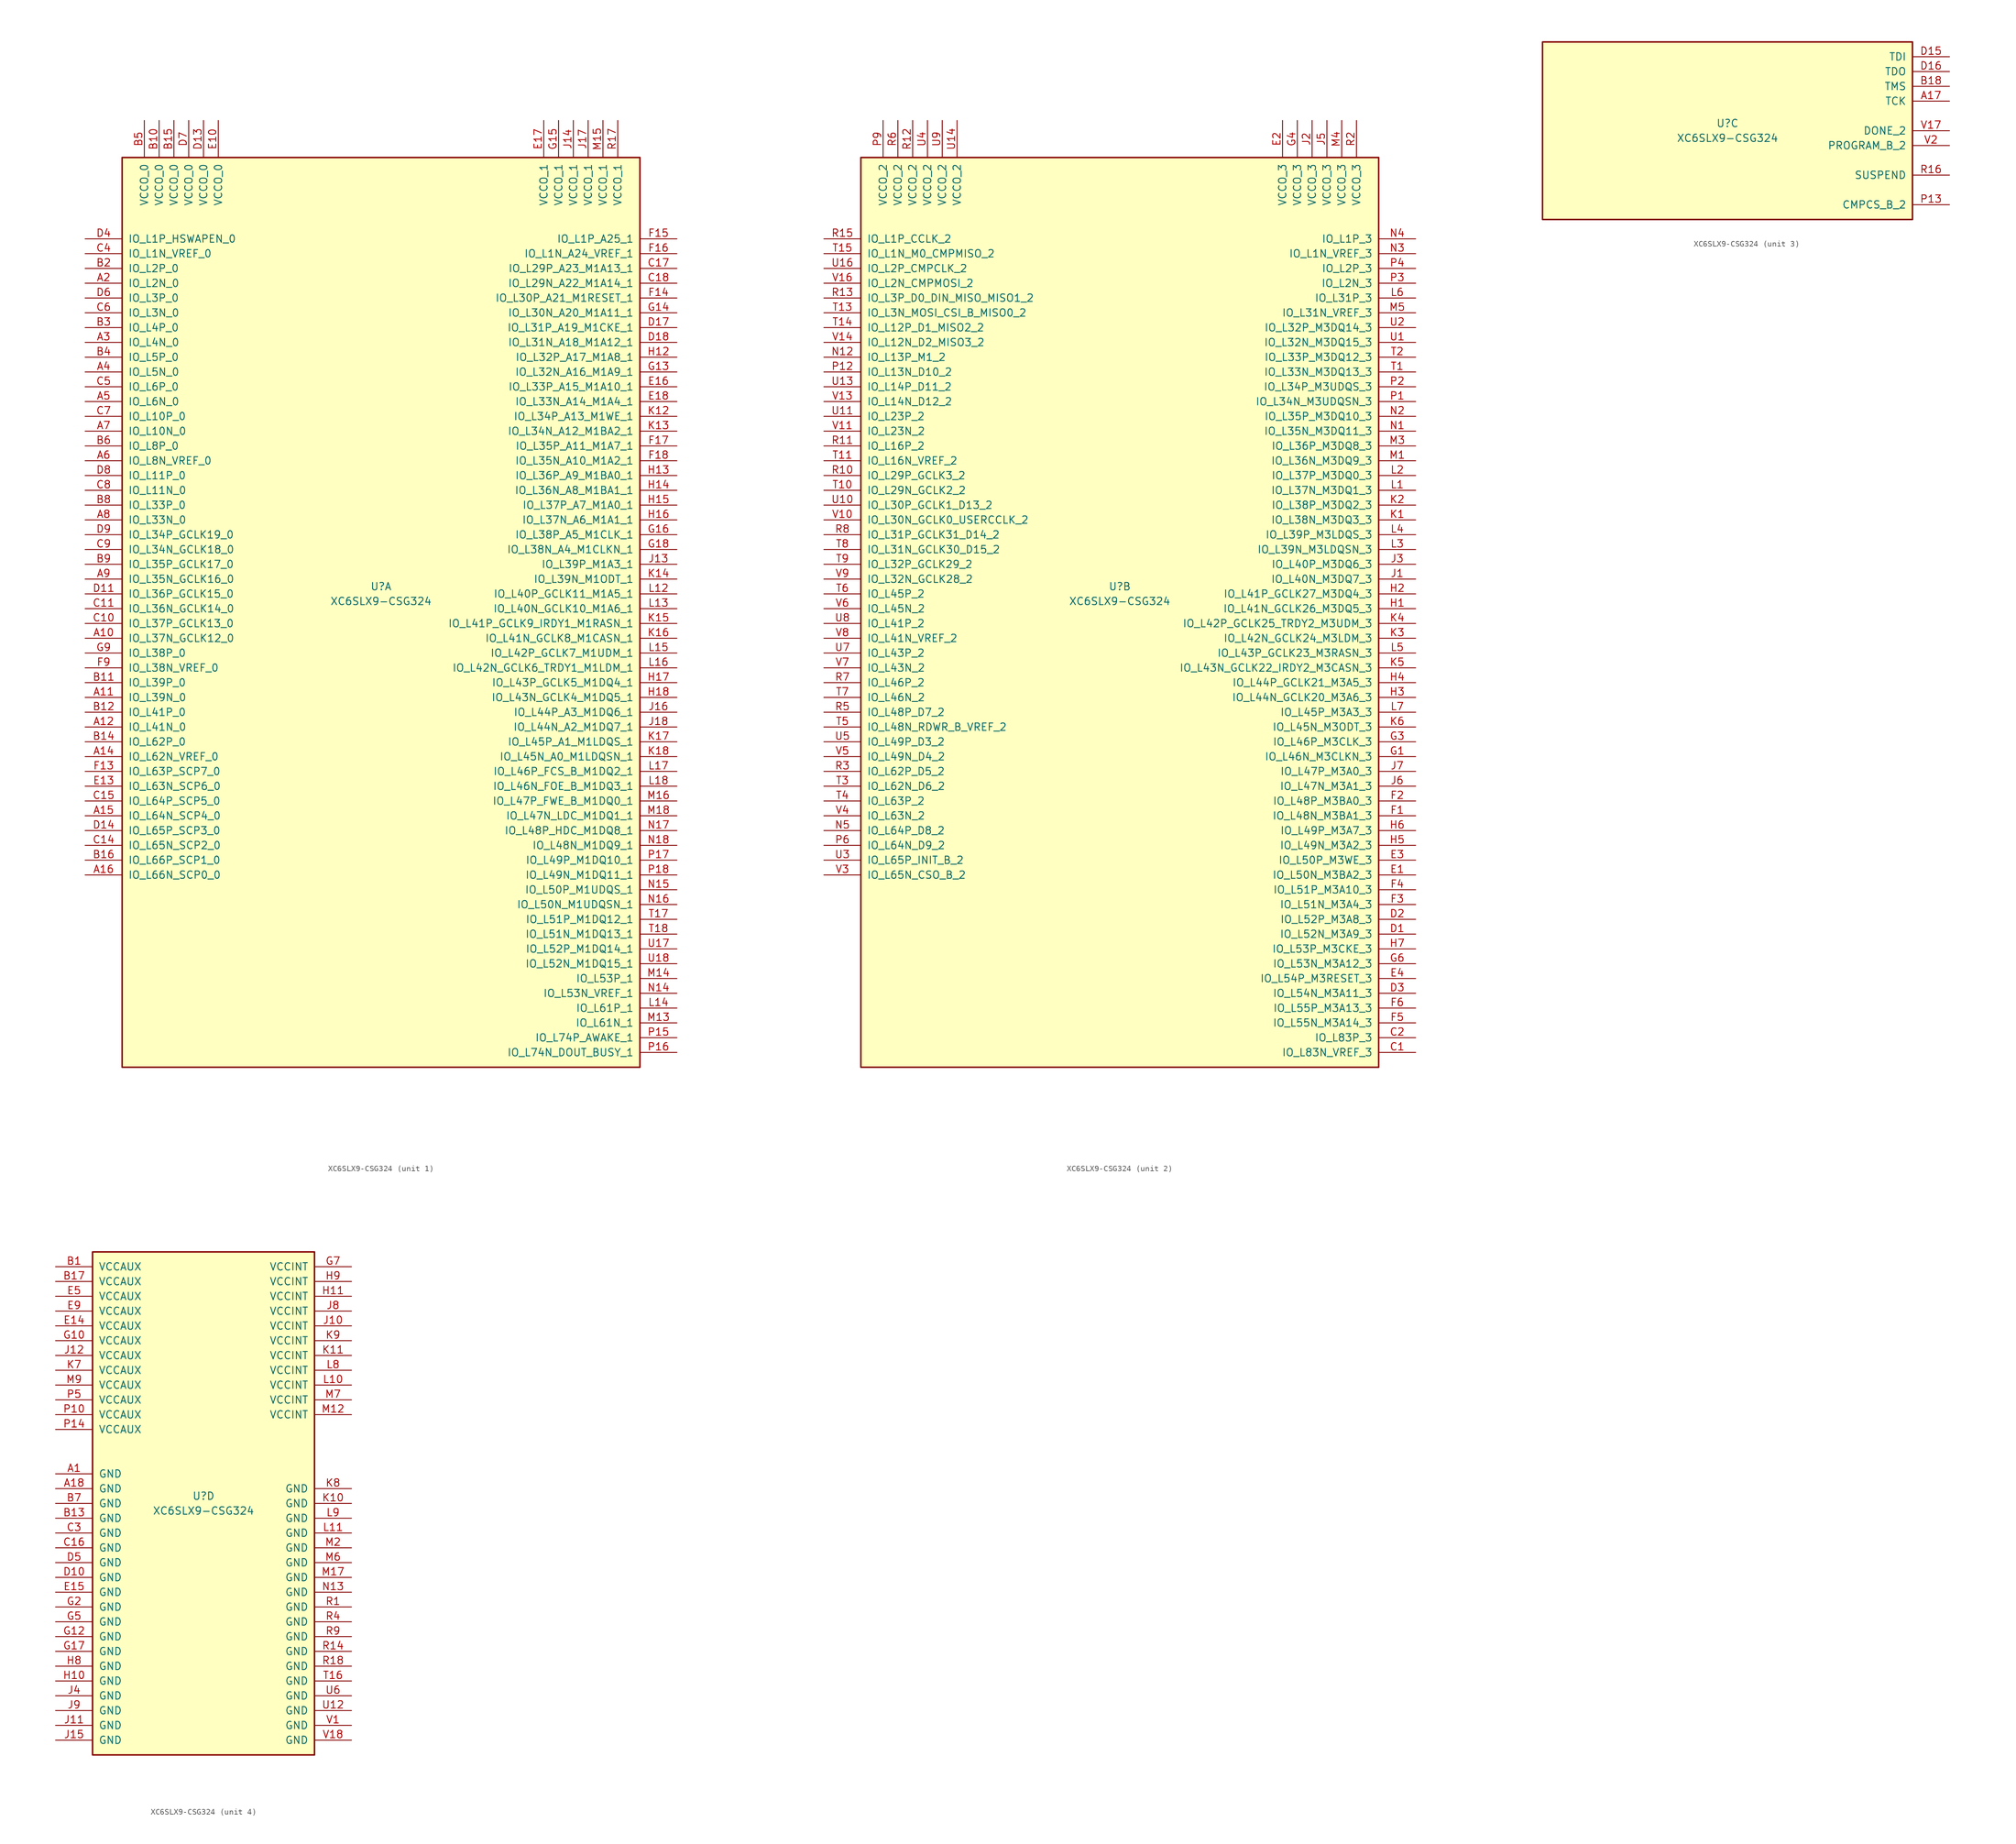
<source format=kicad_sym>
(kicad_symbol_lib
  (version 20201005)
  (generator kicad_symbol_editor)
  (symbol "XC6SLX9-CSG324"
    (pin_names
      (offset 1.016))
    (property "Reference" "U"
      (at 0 1.27 0)
      (effects (font (size 1.27 1.27))))
    (property "Value" "XC6SLX9-CSG324"
      (at 0 -1.27 0)
      (effects (font (size 1.27 1.27))))
    (property "Datasheet" ""
      (at 0 0 0)
      (effects (font (size 1.27 1.27))))
    (property "ki_locked" ""
      (at 0 0 0)
      (effects (font (size 1.27 1.27))))
    (symbol "XC6SLX9-CSG324_1_1"
      (rectangle (start -44.45 74.93) (end 44.45 -81.28) (stroke (width 0.254)) (fill (type background)))
      (pin power_in line (at -40.64 81.28 270) (length 6.35) (name "VCCO_0" (effects (font (size 1.27 1.27)))) (number "B5" (effects (font (size 1.27 1.27)))))
      (pin power_in line (at -38.1 81.28 270) (length 6.35) (name "VCCO_0" (effects (font (size 1.27 1.27)))) (number "B10" (effects (font (size 1.27 1.27)))))
      (pin power_in line (at -35.56 81.28 270) (length 6.35) (name "VCCO_0" (effects (font (size 1.27 1.27)))) (number "B15" (effects (font (size 1.27 1.27)))))
      (pin power_in line (at -33.02 81.28 270) (length 6.35) (name "VCCO_0" (effects (font (size 1.27 1.27)))) (number "D7" (effects (font (size 1.27 1.27)))))
      (pin power_in line (at -30.48 81.28 270) (length 6.35) (name "VCCO_0" (effects (font (size 1.27 1.27)))) (number "D13" (effects (font (size 1.27 1.27)))))
      (pin power_in line (at -27.94 81.28 270) (length 6.35) (name "VCCO_0" (effects (font (size 1.27 1.27)))) (number "E10" (effects (font (size 1.27 1.27)))))
      (pin bidirectional line (at -50.8 60.96 0) (length 6.35) (name "IO_L1P_HSWAPEN_0" (effects (font (size 1.27 1.27)))) (number "D4" (effects (font (size 1.27 1.27)))))
      (pin bidirectional line (at -50.8 58.42 0) (length 6.35) (name "IO_L1N_VREF_0" (effects (font (size 1.27 1.27)))) (number "C4" (effects (font (size 1.27 1.27)))))
      (pin bidirectional line (at -50.8 55.88 0) (length 6.35) (name "IO_L2P_0" (effects (font (size 1.27 1.27)))) (number "B2" (effects (font (size 1.27 1.27)))))
      (pin bidirectional line (at -50.8 53.34 0) (length 6.35) (name "IO_L2N_0" (effects (font (size 1.27 1.27)))) (number "A2" (effects (font (size 1.27 1.27)))))
      (pin bidirectional line (at -50.8 50.8 0) (length 6.35) (name "IO_L3P_0" (effects (font (size 1.27 1.27)))) (number "D6" (effects (font (size 1.27 1.27)))))
      (pin bidirectional line (at -50.8 48.26 0) (length 6.35) (name "IO_L3N_0" (effects (font (size 1.27 1.27)))) (number "C6" (effects (font (size 1.27 1.27)))))
      (pin bidirectional line (at -50.8 45.72 0) (length 6.35) (name "IO_L4P_0" (effects (font (size 1.27 1.27)))) (number "B3" (effects (font (size 1.27 1.27)))))
      (pin bidirectional line (at -50.8 43.18 0) (length 6.35) (name "IO_L4N_0" (effects (font (size 1.27 1.27)))) (number "A3" (effects (font (size 1.27 1.27)))))
      (pin bidirectional line (at -50.8 40.64 0) (length 6.35) (name "IO_L5P_0" (effects (font (size 1.27 1.27)))) (number "B4" (effects (font (size 1.27 1.27)))))
      (pin bidirectional line (at -50.8 38.1 0) (length 6.35) (name "IO_L5N_0" (effects (font (size 1.27 1.27)))) (number "A4" (effects (font (size 1.27 1.27)))))
      (pin bidirectional line (at -50.8 35.56 0) (length 6.35) (name "IO_L6P_0" (effects (font (size 1.27 1.27)))) (number "C5" (effects (font (size 1.27 1.27)))))
      (pin bidirectional line (at -50.8 33.02 0) (length 6.35) (name "IO_L6N_0" (effects (font (size 1.27 1.27)))) (number "A5" (effects (font (size 1.27 1.27)))))
      (pin bidirectional line (at -50.8 30.48 0) (length 6.35) (name "IO_L10P_0" (effects (font (size 1.27 1.27)))) (number "C7" (effects (font (size 1.27 1.27)))))
      (pin bidirectional line (at -50.8 27.94 0) (length 6.35) (name "IO_L10N_0" (effects (font (size 1.27 1.27)))) (number "A7" (effects (font (size 1.27 1.27)))))
      (pin bidirectional line (at -50.8 25.4 0) (length 6.35) (name "IO_L8P_0" (effects (font (size 1.27 1.27)))) (number "B6" (effects (font (size 1.27 1.27)))))
      (pin bidirectional line (at -50.8 22.86 0) (length 6.35) (name "IO_L8N_VREF_0" (effects (font (size 1.27 1.27)))) (number "A6" (effects (font (size 1.27 1.27)))))
      (pin bidirectional line (at -50.8 20.32 0) (length 6.35) (name "IO_L11P_0" (effects (font (size 1.27 1.27)))) (number "D8" (effects (font (size 1.27 1.27)))))
      (pin bidirectional line (at -50.8 17.78 0) (length 6.35) (name "IO_L11N_0" (effects (font (size 1.27 1.27)))) (number "C8" (effects (font (size 1.27 1.27)))))
      (pin bidirectional line (at -50.8 15.24 0) (length 6.35) (name "IO_L33P_0" (effects (font (size 1.27 1.27)))) (number "B8" (effects (font (size 1.27 1.27)))))
      (pin bidirectional line (at -50.8 12.7 0) (length 6.35) (name "IO_L33N_0" (effects (font (size 1.27 1.27)))) (number "A8" (effects (font (size 1.27 1.27)))))
      (pin bidirectional line (at -50.8 10.16 0) (length 6.35) (name "IO_L34P_GCLK19_0" (effects (font (size 1.27 1.27)))) (number "D9" (effects (font (size 1.27 1.27)))))
      (pin bidirectional line (at -50.8 7.62 0) (length 6.35) (name "IO_L34N_GCLK18_0" (effects (font (size 1.27 1.27)))) (number "C9" (effects (font (size 1.27 1.27)))))
      (pin bidirectional line (at -50.8 5.08 0) (length 6.35) (name "IO_L35P_GCLK17_0" (effects (font (size 1.27 1.27)))) (number "B9" (effects (font (size 1.27 1.27)))))
      (pin bidirectional line (at -50.8 2.54 0) (length 6.35) (name "IO_L35N_GCLK16_0" (effects (font (size 1.27 1.27)))) (number "A9" (effects (font (size 1.27 1.27)))))
      (pin bidirectional line (at -50.8 0 0) (length 6.35) (name "IO_L36P_GCLK15_0" (effects (font (size 1.27 1.27)))) (number "D11" (effects (font (size 1.27 1.27)))))
      (pin bidirectional line (at -50.8 -2.54 0) (length 6.35) (name "IO_L36N_GCLK14_0" (effects (font (size 1.27 1.27)))) (number "C11" (effects (font (size 1.27 1.27)))))
      (pin bidirectional line (at -50.8 -5.08 0) (length 6.35) (name "IO_L37P_GCLK13_0" (effects (font (size 1.27 1.27)))) (number "C10" (effects (font (size 1.27 1.27)))))
      (pin bidirectional line (at -50.8 -7.62 0) (length 6.35) (name "IO_L37N_GCLK12_0" (effects (font (size 1.27 1.27)))) (number "A10" (effects (font (size 1.27 1.27)))))
      (pin bidirectional line (at -50.8 -10.16 0) (length 6.35) (name "IO_L38P_0" (effects (font (size 1.27 1.27)))) (number "G9" (effects (font (size 1.27 1.27)))))
      (pin bidirectional line (at -50.8 -12.7 0) (length 6.35) (name "IO_L38N_VREF_0" (effects (font (size 1.27 1.27)))) (number "F9" (effects (font (size 1.27 1.27)))))
      (pin bidirectional line (at -50.8 -15.24 0) (length 6.35) (name "IO_L39P_0" (effects (font (size 1.27 1.27)))) (number "B11" (effects (font (size 1.27 1.27)))))
      (pin bidirectional line (at -50.8 -17.78 0) (length 6.35) (name "IO_L39N_0" (effects (font (size 1.27 1.27)))) (number "A11" (effects (font (size 1.27 1.27)))))
      (pin bidirectional line (at -50.8 -20.32 0) (length 6.35) (name "IO_L41P_0" (effects (font (size 1.27 1.27)))) (number "B12" (effects (font (size 1.27 1.27)))))
      (pin bidirectional line (at -50.8 -22.86 0) (length 6.35) (name "IO_L41N_0" (effects (font (size 1.27 1.27)))) (number "A12" (effects (font (size 1.27 1.27)))))
      (pin bidirectional line (at -50.8 -25.4 0) (length 6.35) (name "IO_L62P_0" (effects (font (size 1.27 1.27)))) (number "B14" (effects (font (size 1.27 1.27)))))
      (pin bidirectional line (at -50.8 -27.94 0) (length 6.35) (name "IO_L62N_VREF_0" (effects (font (size 1.27 1.27)))) (number "A14" (effects (font (size 1.27 1.27)))))
      (pin bidirectional line (at -50.8 -30.48 0) (length 6.35) (name "IO_L63P_SCP7_0" (effects (font (size 1.27 1.27)))) (number "F13" (effects (font (size 1.27 1.27)))))
      (pin bidirectional line (at -50.8 -33.02 0) (length 6.35) (name "IO_L63N_SCP6_0" (effects (font (size 1.27 1.27)))) (number "E13" (effects (font (size 1.27 1.27)))))
      (pin bidirectional line (at -50.8 -35.56 0) (length 6.35) (name "IO_L64P_SCP5_0" (effects (font (size 1.27 1.27)))) (number "C15" (effects (font (size 1.27 1.27)))))
      (pin bidirectional line (at -50.8 -38.1 0) (length 6.35) (name "IO_L64N_SCP4_0" (effects (font (size 1.27 1.27)))) (number "A15" (effects (font (size 1.27 1.27)))))
      (pin bidirectional line (at -50.8 -40.64 0) (length 6.35) (name "IO_L65P_SCP3_0" (effects (font (size 1.27 1.27)))) (number "D14" (effects (font (size 1.27 1.27)))))
      (pin bidirectional line (at -50.8 -43.18 0) (length 6.35) (name "IO_L65N_SCP2_0" (effects (font (size 1.27 1.27)))) (number "C14" (effects (font (size 1.27 1.27)))))
      (pin bidirectional line (at -50.8 -45.72 0) (length 6.35) (name "IO_L66P_SCP1_0" (effects (font (size 1.27 1.27)))) (number "B16" (effects (font (size 1.27 1.27)))))
      (pin bidirectional line (at -50.8 -48.26 0) (length 6.35) (name "IO_L66N_SCP0_0" (effects (font (size 1.27 1.27)))) (number "A16" (effects (font (size 1.27 1.27)))))
      (pin power_in line (at 27.94 81.28 270) (length 6.35) (name "VCCO_1" (effects (font (size 1.27 1.27)))) (number "E17" (effects (font (size 1.27 1.27)))))
      (pin power_in line (at 30.48 81.28 270) (length 6.35) (name "VCCO_1" (effects (font (size 1.27 1.27)))) (number "G15" (effects (font (size 1.27 1.27)))))
      (pin power_in line (at 33.02 81.28 270) (length 6.35) (name "VCCO_1" (effects (font (size 1.27 1.27)))) (number "J14" (effects (font (size 1.27 1.27)))))
      (pin power_in line (at 35.56 81.28 270) (length 6.35) (name "VCCO_1" (effects (font (size 1.27 1.27)))) (number "J17" (effects (font (size 1.27 1.27)))))
      (pin power_in line (at 38.1 81.28 270) (length 6.35) (name "VCCO_1" (effects (font (size 1.27 1.27)))) (number "M15" (effects (font (size 1.27 1.27)))))
      (pin power_in line (at 40.64 81.28 270) (length 6.35) (name "VCCO_1" (effects (font (size 1.27 1.27)))) (number "R17" (effects (font (size 1.27 1.27)))))
      (pin bidirectional line (at 50.8 60.96 180) (length 6.35) (name "IO_L1P_A25_1" (effects (font (size 1.27 1.27)))) (number "F15" (effects (font (size 1.27 1.27)))))
      (pin bidirectional line (at 50.8 58.42 180) (length 6.35) (name "IO_L1N_A24_VREF_1" (effects (font (size 1.27 1.27)))) (number "F16" (effects (font (size 1.27 1.27)))))
      (pin bidirectional line (at 50.8 55.88 180) (length 6.35) (name "IO_L29P_A23_M1A13_1" (effects (font (size 1.27 1.27)))) (number "C17" (effects (font (size 1.27 1.27)))))
      (pin bidirectional line (at 50.8 53.34 180) (length 6.35) (name "IO_L29N_A22_M1A14_1" (effects (font (size 1.27 1.27)))) (number "C18" (effects (font (size 1.27 1.27)))))
      (pin bidirectional line (at 50.8 50.8 180) (length 6.35) (name "IO_L30P_A21_M1RESET_1" (effects (font (size 1.27 1.27)))) (number "F14" (effects (font (size 1.27 1.27)))))
      (pin bidirectional line (at 50.8 48.26 180) (length 6.35) (name "IO_L30N_A20_M1A11_1" (effects (font (size 1.27 1.27)))) (number "G14" (effects (font (size 1.27 1.27)))))
      (pin bidirectional line (at 50.8 45.72 180) (length 6.35) (name "IO_L31P_A19_M1CKE_1" (effects (font (size 1.27 1.27)))) (number "D17" (effects (font (size 1.27 1.27)))))
      (pin bidirectional line (at 50.8 43.18 180) (length 6.35) (name "IO_L31N_A18_M1A12_1" (effects (font (size 1.27 1.27)))) (number "D18" (effects (font (size 1.27 1.27)))))
      (pin bidirectional line (at 50.8 40.64 180) (length 6.35) (name "IO_L32P_A17_M1A8_1" (effects (font (size 1.27 1.27)))) (number "H12" (effects (font (size 1.27 1.27)))))
      (pin bidirectional line (at 50.8 38.1 180) (length 6.35) (name "IO_L32N_A16_M1A9_1" (effects (font (size 1.27 1.27)))) (number "G13" (effects (font (size 1.27 1.27)))))
      (pin bidirectional line (at 50.8 35.56 180) (length 6.35) (name "IO_L33P_A15_M1A10_1" (effects (font (size 1.27 1.27)))) (number "E16" (effects (font (size 1.27 1.27)))))
      (pin bidirectional line (at 50.8 33.02 180) (length 6.35) (name "IO_L33N_A14_M1A4_1" (effects (font (size 1.27 1.27)))) (number "E18" (effects (font (size 1.27 1.27)))))
      (pin bidirectional line (at 50.8 30.48 180) (length 6.35) (name "IO_L34P_A13_M1WE_1" (effects (font (size 1.27 1.27)))) (number "K12" (effects (font (size 1.27 1.27)))))
      (pin bidirectional line (at 50.8 27.94 180) (length 6.35) (name "IO_L34N_A12_M1BA2_1" (effects (font (size 1.27 1.27)))) (number "K13" (effects (font (size 1.27 1.27)))))
      (pin bidirectional line (at 50.8 25.4 180) (length 6.35) (name "IO_L35P_A11_M1A7_1" (effects (font (size 1.27 1.27)))) (number "F17" (effects (font (size 1.27 1.27)))))
      (pin bidirectional line (at 50.8 22.86 180) (length 6.35) (name "IO_L35N_A10_M1A2_1" (effects (font (size 1.27 1.27)))) (number "F18" (effects (font (size 1.27 1.27)))))
      (pin bidirectional line (at 50.8 20.32 180) (length 6.35) (name "IO_L36P_A9_M1BA0_1" (effects (font (size 1.27 1.27)))) (number "H13" (effects (font (size 1.27 1.27)))))
      (pin bidirectional line (at 50.8 17.78 180) (length 6.35) (name "IO_L36N_A8_M1BA1_1" (effects (font (size 1.27 1.27)))) (number "H14" (effects (font (size 1.27 1.27)))))
      (pin bidirectional line (at 50.8 15.24 180) (length 6.35) (name "IO_L37P_A7_M1A0_1" (effects (font (size 1.27 1.27)))) (number "H15" (effects (font (size 1.27 1.27)))))
      (pin bidirectional line (at 50.8 12.7 180) (length 6.35) (name "IO_L37N_A6_M1A1_1" (effects (font (size 1.27 1.27)))) (number "H16" (effects (font (size 1.27 1.27)))))
      (pin bidirectional line (at 50.8 10.16 180) (length 6.35) (name "IO_L38P_A5_M1CLK_1" (effects (font (size 1.27 1.27)))) (number "G16" (effects (font (size 1.27 1.27)))))
      (pin bidirectional line (at 50.8 7.62 180) (length 6.35) (name "IO_L38N_A4_M1CLKN_1" (effects (font (size 1.27 1.27)))) (number "G18" (effects (font (size 1.27 1.27)))))
      (pin bidirectional line (at 50.8 5.08 180) (length 6.35) (name "IO_L39P_M1A3_1" (effects (font (size 1.27 1.27)))) (number "J13" (effects (font (size 1.27 1.27)))))
      (pin bidirectional line (at 50.8 2.54 180) (length 6.35) (name "IO_L39N_M1ODT_1" (effects (font (size 1.27 1.27)))) (number "K14" (effects (font (size 1.27 1.27)))))
      (pin bidirectional line (at 50.8 0 180) (length 6.35) (name "IO_L40P_GCLK11_M1A5_1" (effects (font (size 1.27 1.27)))) (number "L12" (effects (font (size 1.27 1.27)))))
      (pin bidirectional line (at 50.8 -2.54 180) (length 6.35) (name "IO_L40N_GCLK10_M1A6_1" (effects (font (size 1.27 1.27)))) (number "L13" (effects (font (size 1.27 1.27)))))
      (pin bidirectional line (at 50.8 -5.08 180) (length 6.35) (name "IO_L41P_GCLK9_IRDY1_M1RASN_1" (effects (font (size 1.27 1.27)))) (number "K15" (effects (font (size 1.27 1.27)))))
      (pin bidirectional line (at 50.8 -7.62 180) (length 6.35) (name "IO_L41N_GCLK8_M1CASN_1" (effects (font (size 1.27 1.27)))) (number "K16" (effects (font (size 1.27 1.27)))))
      (pin bidirectional line (at 50.8 -10.16 180) (length 6.35) (name "IO_L42P_GCLK7_M1UDM_1" (effects (font (size 1.27 1.27)))) (number "L15" (effects (font (size 1.27 1.27)))))
      (pin bidirectional line (at 50.8 -12.7 180) (length 6.35) (name "IO_L42N_GCLK6_TRDY1_M1LDM_1" (effects (font (size 1.27 1.27)))) (number "L16" (effects (font (size 1.27 1.27)))))
      (pin bidirectional line (at 50.8 -15.24 180) (length 6.35) (name "IO_L43P_GCLK5_M1DQ4_1" (effects (font (size 1.27 1.27)))) (number "H17" (effects (font (size 1.27 1.27)))))
      (pin bidirectional line (at 50.8 -17.78 180) (length 6.35) (name "IO_L43N_GCLK4_M1DQ5_1" (effects (font (size 1.27 1.27)))) (number "H18" (effects (font (size 1.27 1.27)))))
      (pin bidirectional line (at 50.8 -20.32 180) (length 6.35) (name "IO_L44P_A3_M1DQ6_1" (effects (font (size 1.27 1.27)))) (number "J16" (effects (font (size 1.27 1.27)))))
      (pin bidirectional line (at 50.8 -22.86 180) (length 6.35) (name "IO_L44N_A2_M1DQ7_1" (effects (font (size 1.27 1.27)))) (number "J18" (effects (font (size 1.27 1.27)))))
      (pin bidirectional line (at 50.8 -25.4 180) (length 6.35) (name "IO_L45P_A1_M1LDQS_1" (effects (font (size 1.27 1.27)))) (number "K17" (effects (font (size 1.27 1.27)))))
      (pin bidirectional line (at 50.8 -27.94 180) (length 6.35) (name "IO_L45N_A0_M1LDQSN_1" (effects (font (size 1.27 1.27)))) (number "K18" (effects (font (size 1.27 1.27)))))
      (pin bidirectional line (at 50.8 -30.48 180) (length 6.35) (name "IO_L46P_FCS_B_M1DQ2_1" (effects (font (size 1.27 1.27)))) (number "L17" (effects (font (size 1.27 1.27)))))
      (pin bidirectional line (at 50.8 -33.02 180) (length 6.35) (name "IO_L46N_FOE_B_M1DQ3_1" (effects (font (size 1.27 1.27)))) (number "L18" (effects (font (size 1.27 1.27)))))
      (pin bidirectional line (at 50.8 -35.56 180) (length 6.35) (name "IO_L47P_FWE_B_M1DQ0_1" (effects (font (size 1.27 1.27)))) (number "M16" (effects (font (size 1.27 1.27)))))
      (pin bidirectional line (at 50.8 -38.1 180) (length 6.35) (name "IO_L47N_LDC_M1DQ1_1" (effects (font (size 1.27 1.27)))) (number "M18" (effects (font (size 1.27 1.27)))))
      (pin bidirectional line (at 50.8 -40.64 180) (length 6.35) (name "IO_L48P_HDC_M1DQ8_1" (effects (font (size 1.27 1.27)))) (number "N17" (effects (font (size 1.27 1.27)))))
      (pin bidirectional line (at 50.8 -43.18 180) (length 6.35) (name "IO_L48N_M1DQ9_1" (effects (font (size 1.27 1.27)))) (number "N18" (effects (font (size 1.27 1.27)))))
      (pin bidirectional line (at 50.8 -45.72 180) (length 6.35) (name "IO_L49P_M1DQ10_1" (effects (font (size 1.27 1.27)))) (number "P17" (effects (font (size 1.27 1.27)))))
      (pin bidirectional line (at 50.8 -48.26 180) (length 6.35) (name "IO_L49N_M1DQ11_1" (effects (font (size 1.27 1.27)))) (number "P18" (effects (font (size 1.27 1.27)))))
      (pin bidirectional line (at 50.8 -50.8 180) (length 6.35) (name "IO_L50P_M1UDQS_1" (effects (font (size 1.27 1.27)))) (number "N15" (effects (font (size 1.27 1.27)))))
      (pin bidirectional line (at 50.8 -53.34 180) (length 6.35) (name "IO_L50N_M1UDQSN_1" (effects (font (size 1.27 1.27)))) (number "N16" (effects (font (size 1.27 1.27)))))
      (pin bidirectional line (at 50.8 -55.88 180) (length 6.35) (name "IO_L51P_M1DQ12_1" (effects (font (size 1.27 1.27)))) (number "T17" (effects (font (size 1.27 1.27)))))
      (pin bidirectional line (at 50.8 -58.42 180) (length 6.35) (name "IO_L51N_M1DQ13_1" (effects (font (size 1.27 1.27)))) (number "T18" (effects (font (size 1.27 1.27)))))
      (pin bidirectional line (at 50.8 -60.96 180) (length 6.35) (name "IO_L52P_M1DQ14_1" (effects (font (size 1.27 1.27)))) (number "U17" (effects (font (size 1.27 1.27)))))
      (pin bidirectional line (at 50.8 -63.5 180) (length 6.35) (name "IO_L52N_M1DQ15_1" (effects (font (size 1.27 1.27)))) (number "U18" (effects (font (size 1.27 1.27)))))
      (pin bidirectional line (at 50.8 -66.04 180) (length 6.35) (name "IO_L53P_1" (effects (font (size 1.27 1.27)))) (number "M14" (effects (font (size 1.27 1.27)))))
      (pin bidirectional line (at 50.8 -68.58 180) (length 6.35) (name "IO_L53N_VREF_1" (effects (font (size 1.27 1.27)))) (number "N14" (effects (font (size 1.27 1.27)))))
      (pin bidirectional line (at 50.8 -71.12 180) (length 6.35) (name "IO_L61P_1" (effects (font (size 1.27 1.27)))) (number "L14" (effects (font (size 1.27 1.27)))))
      (pin bidirectional line (at 50.8 -73.66 180) (length 6.35) (name "IO_L61N_1" (effects (font (size 1.27 1.27)))) (number "M13" (effects (font (size 1.27 1.27)))))
      (pin bidirectional line (at 50.8 -76.2 180) (length 6.35) (name "IO_L74P_AWAKE_1" (effects (font (size 1.27 1.27)))) (number "P15" (effects (font (size 1.27 1.27)))))
      (pin bidirectional line (at 50.8 -78.74 180) (length 6.35) (name "IO_L74N_DOUT_BUSY_1" (effects (font (size 1.27 1.27)))) (number "P16" (effects (font (size 1.27 1.27))))))
    (symbol "XC6SLX9-CSG324_2_1"
      (rectangle (start -44.45 74.93) (end 44.45 -81.28) (stroke (width 0.254)) (fill (type background)))
      (pin power_in line (at -40.64 81.28 270) (length 6.35) (name "VCCO_2" (effects (font (size 1.27 1.27)))) (number "P9" (effects (font (size 1.27 1.27)))))
      (pin power_in line (at -38.1 81.28 270) (length 6.35) (name "VCCO_2" (effects (font (size 1.27 1.27)))) (number "R6" (effects (font (size 1.27 1.27)))))
      (pin power_in line (at -35.56 81.28 270) (length 6.35) (name "VCCO_2" (effects (font (size 1.27 1.27)))) (number "R12" (effects (font (size 1.27 1.27)))))
      (pin power_in line (at -33.02 81.28 270) (length 6.35) (name "VCCO_2" (effects (font (size 1.27 1.27)))) (number "U4" (effects (font (size 1.27 1.27)))))
      (pin power_in line (at -30.48 81.28 270) (length 6.35) (name "VCCO_2" (effects (font (size 1.27 1.27)))) (number "U9" (effects (font (size 1.27 1.27)))))
      (pin power_in line (at -27.94 81.28 270) (length 6.35) (name "VCCO_2" (effects (font (size 1.27 1.27)))) (number "U14" (effects (font (size 1.27 1.27)))))
      (pin bidirectional line (at -50.8 60.96 0) (length 6.35) (name "IO_L1P_CCLK_2" (effects (font (size 1.27 1.27)))) (number "R15" (effects (font (size 1.27 1.27)))))
      (pin bidirectional line (at -50.8 58.42 0) (length 6.35) (name "IO_L1N_M0_CMPMISO_2" (effects (font (size 1.27 1.27)))) (number "T15" (effects (font (size 1.27 1.27)))))
      (pin bidirectional line (at -50.8 55.88 0) (length 6.35) (name "IO_L2P_CMPCLK_2" (effects (font (size 1.27 1.27)))) (number "U16" (effects (font (size 1.27 1.27)))))
      (pin bidirectional line (at -50.8 53.34 0) (length 6.35) (name "IO_L2N_CMPMOSI_2" (effects (font (size 1.27 1.27)))) (number "V16" (effects (font (size 1.27 1.27)))))
      (pin bidirectional line (at -50.8 50.8 0) (length 6.35) (name "IO_L3P_D0_DIN_MISO_MISO1_2" (effects (font (size 1.27 1.27)))) (number "R13" (effects (font (size 1.27 1.27)))))
      (pin bidirectional line (at -50.8 48.26 0) (length 6.35) (name "IO_L3N_MOSI_CSI_B_MISO0_2" (effects (font (size 1.27 1.27)))) (number "T13" (effects (font (size 1.27 1.27)))))
      (pin bidirectional line (at -50.8 45.72 0) (length 6.35) (name "IO_L12P_D1_MISO2_2" (effects (font (size 1.27 1.27)))) (number "T14" (effects (font (size 1.27 1.27)))))
      (pin bidirectional line (at -50.8 43.18 0) (length 6.35) (name "IO_L12N_D2_MISO3_2" (effects (font (size 1.27 1.27)))) (number "V14" (effects (font (size 1.27 1.27)))))
      (pin bidirectional line (at -50.8 40.64 0) (length 6.35) (name "IO_L13P_M1_2" (effects (font (size 1.27 1.27)))) (number "N12" (effects (font (size 1.27 1.27)))))
      (pin bidirectional line (at -50.8 38.1 0) (length 6.35) (name "IO_L13N_D10_2" (effects (font (size 1.27 1.27)))) (number "P12" (effects (font (size 1.27 1.27)))))
      (pin bidirectional line (at -50.8 35.56 0) (length 6.35) (name "IO_L14P_D11_2" (effects (font (size 1.27 1.27)))) (number "U13" (effects (font (size 1.27 1.27)))))
      (pin bidirectional line (at -50.8 33.02 0) (length 6.35) (name "IO_L14N_D12_2" (effects (font (size 1.27 1.27)))) (number "V13" (effects (font (size 1.27 1.27)))))
      (pin bidirectional line (at -50.8 30.48 0) (length 6.35) (name "IO_L23P_2" (effects (font (size 1.27 1.27)))) (number "U11" (effects (font (size 1.27 1.27)))))
      (pin bidirectional line (at -50.8 27.94 0) (length 6.35) (name "IO_L23N_2" (effects (font (size 1.27 1.27)))) (number "V11" (effects (font (size 1.27 1.27)))))
      (pin bidirectional line (at -50.8 25.4 0) (length 6.35) (name "IO_L16P_2" (effects (font (size 1.27 1.27)))) (number "R11" (effects (font (size 1.27 1.27)))))
      (pin bidirectional line (at -50.8 22.86 0) (length 6.35) (name "IO_L16N_VREF_2" (effects (font (size 1.27 1.27)))) (number "T11" (effects (font (size 1.27 1.27)))))
      (pin bidirectional line (at -50.8 20.32 0) (length 6.35) (name "IO_L29P_GCLK3_2" (effects (font (size 1.27 1.27)))) (number "R10" (effects (font (size 1.27 1.27)))))
      (pin bidirectional line (at -50.8 17.78 0) (length 6.35) (name "IO_L29N_GCLK2_2" (effects (font (size 1.27 1.27)))) (number "T10" (effects (font (size 1.27 1.27)))))
      (pin bidirectional line (at -50.8 15.24 0) (length 6.35) (name "IO_L30P_GCLK1_D13_2" (effects (font (size 1.27 1.27)))) (number "U10" (effects (font (size 1.27 1.27)))))
      (pin bidirectional line (at -50.8 12.7 0) (length 6.35) (name "IO_L30N_GCLK0_USERCCLK_2" (effects (font (size 1.27 1.27)))) (number "V10" (effects (font (size 1.27 1.27)))))
      (pin bidirectional line (at -50.8 10.16 0) (length 6.35) (name "IO_L31P_GCLK31_D14_2" (effects (font (size 1.27 1.27)))) (number "R8" (effects (font (size 1.27 1.27)))))
      (pin bidirectional line (at -50.8 7.62 0) (length 6.35) (name "IO_L31N_GCLK30_D15_2" (effects (font (size 1.27 1.27)))) (number "T8" (effects (font (size 1.27 1.27)))))
      (pin bidirectional line (at -50.8 5.08 0) (length 6.35) (name "IO_L32P_GCLK29_2" (effects (font (size 1.27 1.27)))) (number "T9" (effects (font (size 1.27 1.27)))))
      (pin bidirectional line (at -50.8 2.54 0) (length 6.35) (name "IO_L32N_GCLK28_2" (effects (font (size 1.27 1.27)))) (number "V9" (effects (font (size 1.27 1.27)))))
      (pin bidirectional line (at -50.8 0 0) (length 6.35) (name "IO_L45P_2" (effects (font (size 1.27 1.27)))) (number "T6" (effects (font (size 1.27 1.27)))))
      (pin bidirectional line (at -50.8 -2.54 0) (length 6.35) (name "IO_L45N_2" (effects (font (size 1.27 1.27)))) (number "V6" (effects (font (size 1.27 1.27)))))
      (pin bidirectional line (at -50.8 -5.08 0) (length 6.35) (name "IO_L41P_2" (effects (font (size 1.27 1.27)))) (number "U8" (effects (font (size 1.27 1.27)))))
      (pin bidirectional line (at -50.8 -7.62 0) (length 6.35) (name "IO_L41N_VREF_2" (effects (font (size 1.27 1.27)))) (number "V8" (effects (font (size 1.27 1.27)))))
      (pin bidirectional line (at -50.8 -10.16 0) (length 6.35) (name "IO_L43P_2" (effects (font (size 1.27 1.27)))) (number "U7" (effects (font (size 1.27 1.27)))))
      (pin bidirectional line (at -50.8 -12.7 0) (length 6.35) (name "IO_L43N_2" (effects (font (size 1.27 1.27)))) (number "V7" (effects (font (size 1.27 1.27)))))
      (pin bidirectional line (at -50.8 -15.24 0) (length 6.35) (name "IO_L46P_2" (effects (font (size 1.27 1.27)))) (number "R7" (effects (font (size 1.27 1.27)))))
      (pin bidirectional line (at -50.8 -17.78 0) (length 6.35) (name "IO_L46N_2" (effects (font (size 1.27 1.27)))) (number "T7" (effects (font (size 1.27 1.27)))))
      (pin bidirectional line (at -50.8 -20.32 0) (length 6.35) (name "IO_L48P_D7_2" (effects (font (size 1.27 1.27)))) (number "R5" (effects (font (size 1.27 1.27)))))
      (pin bidirectional line (at -50.8 -22.86 0) (length 6.35) (name "IO_L48N_RDWR_B_VREF_2" (effects (font (size 1.27 1.27)))) (number "T5" (effects (font (size 1.27 1.27)))))
      (pin bidirectional line (at -50.8 -25.4 0) (length 6.35) (name "IO_L49P_D3_2" (effects (font (size 1.27 1.27)))) (number "U5" (effects (font (size 1.27 1.27)))))
      (pin bidirectional line (at -50.8 -27.94 0) (length 6.35) (name "IO_L49N_D4_2" (effects (font (size 1.27 1.27)))) (number "V5" (effects (font (size 1.27 1.27)))))
      (pin bidirectional line (at -50.8 -30.48 0) (length 6.35) (name "IO_L62P_D5_2" (effects (font (size 1.27 1.27)))) (number "R3" (effects (font (size 1.27 1.27)))))
      (pin bidirectional line (at -50.8 -33.02 0) (length 6.35) (name "IO_L62N_D6_2" (effects (font (size 1.27 1.27)))) (number "T3" (effects (font (size 1.27 1.27)))))
      (pin bidirectional line (at -50.8 -35.56 0) (length 6.35) (name "IO_L63P_2" (effects (font (size 1.27 1.27)))) (number "T4" (effects (font (size 1.27 1.27)))))
      (pin bidirectional line (at -50.8 -38.1 0) (length 6.35) (name "IO_L63N_2" (effects (font (size 1.27 1.27)))) (number "V4" (effects (font (size 1.27 1.27)))))
      (pin bidirectional line (at -50.8 -40.64 0) (length 6.35) (name "IO_L64P_D8_2" (effects (font (size 1.27 1.27)))) (number "N5" (effects (font (size 1.27 1.27)))))
      (pin bidirectional line (at -50.8 -43.18 0) (length 6.35) (name "IO_L64N_D9_2" (effects (font (size 1.27 1.27)))) (number "P6" (effects (font (size 1.27 1.27)))))
      (pin bidirectional line (at -50.8 -45.72 0) (length 6.35) (name "IO_L65P_INIT_B_2" (effects (font (size 1.27 1.27)))) (number "U3" (effects (font (size 1.27 1.27)))))
      (pin bidirectional line (at -50.8 -48.26 0) (length 6.35) (name "IO_L65N_CSO_B_2" (effects (font (size 1.27 1.27)))) (number "V3" (effects (font (size 1.27 1.27)))))
      (pin power_in line (at 27.94 81.28 270) (length 6.35) (name "VCCO_3" (effects (font (size 1.27 1.27)))) (number "E2" (effects (font (size 1.27 1.27)))))
      (pin power_in line (at 30.48 81.28 270) (length 6.35) (name "VCCO_3" (effects (font (size 1.27 1.27)))) (number "G4" (effects (font (size 1.27 1.27)))))
      (pin power_in line (at 33.02 81.28 270) (length 6.35) (name "VCCO_3" (effects (font (size 1.27 1.27)))) (number "J2" (effects (font (size 1.27 1.27)))))
      (pin power_in line (at 35.56 81.28 270) (length 6.35) (name "VCCO_3" (effects (font (size 1.27 1.27)))) (number "J5" (effects (font (size 1.27 1.27)))))
      (pin power_in line (at 38.1 81.28 270) (length 6.35) (name "VCCO_3" (effects (font (size 1.27 1.27)))) (number "M4" (effects (font (size 1.27 1.27)))))
      (pin power_in line (at 40.64 81.28 270) (length 6.35) (name "VCCO_3" (effects (font (size 1.27 1.27)))) (number "R2" (effects (font (size 1.27 1.27)))))
      (pin bidirectional line (at 50.8 60.96 180) (length 6.35) (name "IO_L1P_3" (effects (font (size 1.27 1.27)))) (number "N4" (effects (font (size 1.27 1.27)))))
      (pin bidirectional line (at 50.8 58.42 180) (length 6.35) (name "IO_L1N_VREF_3" (effects (font (size 1.27 1.27)))) (number "N3" (effects (font (size 1.27 1.27)))))
      (pin bidirectional line (at 50.8 55.88 180) (length 6.35) (name "IO_L2P_3" (effects (font (size 1.27 1.27)))) (number "P4" (effects (font (size 1.27 1.27)))))
      (pin bidirectional line (at 50.8 53.34 180) (length 6.35) (name "IO_L2N_3" (effects (font (size 1.27 1.27)))) (number "P3" (effects (font (size 1.27 1.27)))))
      (pin bidirectional line (at 50.8 50.8 180) (length 6.35) (name "IO_L31P_3" (effects (font (size 1.27 1.27)))) (number "L6" (effects (font (size 1.27 1.27)))))
      (pin bidirectional line (at 50.8 48.26 180) (length 6.35) (name "IO_L31N_VREF_3" (effects (font (size 1.27 1.27)))) (number "M5" (effects (font (size 1.27 1.27)))))
      (pin bidirectional line (at 50.8 45.72 180) (length 6.35) (name "IO_L32P_M3DQ14_3" (effects (font (size 1.27 1.27)))) (number "U2" (effects (font (size 1.27 1.27)))))
      (pin bidirectional line (at 50.8 43.18 180) (length 6.35) (name "IO_L32N_M3DQ15_3" (effects (font (size 1.27 1.27)))) (number "U1" (effects (font (size 1.27 1.27)))))
      (pin bidirectional line (at 50.8 40.64 180) (length 6.35) (name "IO_L33P_M3DQ12_3" (effects (font (size 1.27 1.27)))) (number "T2" (effects (font (size 1.27 1.27)))))
      (pin bidirectional line (at 50.8 38.1 180) (length 6.35) (name "IO_L33N_M3DQ13_3" (effects (font (size 1.27 1.27)))) (number "T1" (effects (font (size 1.27 1.27)))))
      (pin bidirectional line (at 50.8 35.56 180) (length 6.35) (name "IO_L34P_M3UDQS_3" (effects (font (size 1.27 1.27)))) (number "P2" (effects (font (size 1.27 1.27)))))
      (pin bidirectional line (at 50.8 33.02 180) (length 6.35) (name "IO_L34N_M3UDQSN_3" (effects (font (size 1.27 1.27)))) (number "P1" (effects (font (size 1.27 1.27)))))
      (pin bidirectional line (at 50.8 30.48 180) (length 6.35) (name "IO_L35P_M3DQ10_3" (effects (font (size 1.27 1.27)))) (number "N2" (effects (font (size 1.27 1.27)))))
      (pin bidirectional line (at 50.8 27.94 180) (length 6.35) (name "IO_L35N_M3DQ11_3" (effects (font (size 1.27 1.27)))) (number "N1" (effects (font (size 1.27 1.27)))))
      (pin bidirectional line (at 50.8 25.4 180) (length 6.35) (name "IO_L36P_M3DQ8_3" (effects (font (size 1.27 1.27)))) (number "M3" (effects (font (size 1.27 1.27)))))
      (pin bidirectional line (at 50.8 22.86 180) (length 6.35) (name "IO_L36N_M3DQ9_3" (effects (font (size 1.27 1.27)))) (number "M1" (effects (font (size 1.27 1.27)))))
      (pin bidirectional line (at 50.8 20.32 180) (length 6.35) (name "IO_L37P_M3DQ0_3" (effects (font (size 1.27 1.27)))) (number "L2" (effects (font (size 1.27 1.27)))))
      (pin bidirectional line (at 50.8 17.78 180) (length 6.35) (name "IO_L37N_M3DQ1_3" (effects (font (size 1.27 1.27)))) (number "L1" (effects (font (size 1.27 1.27)))))
      (pin bidirectional line (at 50.8 15.24 180) (length 6.35) (name "IO_L38P_M3DQ2_3" (effects (font (size 1.27 1.27)))) (number "K2" (effects (font (size 1.27 1.27)))))
      (pin bidirectional line (at 50.8 12.7 180) (length 6.35) (name "IO_L38N_M3DQ3_3" (effects (font (size 1.27 1.27)))) (number "K1" (effects (font (size 1.27 1.27)))))
      (pin bidirectional line (at 50.8 10.16 180) (length 6.35) (name "IO_L39P_M3LDQS_3" (effects (font (size 1.27 1.27)))) (number "L4" (effects (font (size 1.27 1.27)))))
      (pin bidirectional line (at 50.8 7.62 180) (length 6.35) (name "IO_L39N_M3LDQSN_3" (effects (font (size 1.27 1.27)))) (number "L3" (effects (font (size 1.27 1.27)))))
      (pin bidirectional line (at 50.8 5.08 180) (length 6.35) (name "IO_L40P_M3DQ6_3" (effects (font (size 1.27 1.27)))) (number "J3" (effects (font (size 1.27 1.27)))))
      (pin bidirectional line (at 50.8 2.54 180) (length 6.35) (name "IO_L40N_M3DQ7_3" (effects (font (size 1.27 1.27)))) (number "J1" (effects (font (size 1.27 1.27)))))
      (pin bidirectional line (at 50.8 0 180) (length 6.35) (name "IO_L41P_GCLK27_M3DQ4_3" (effects (font (size 1.27 1.27)))) (number "H2" (effects (font (size 1.27 1.27)))))
      (pin bidirectional line (at 50.8 -2.54 180) (length 6.35) (name "IO_L41N_GCLK26_M3DQ5_3" (effects (font (size 1.27 1.27)))) (number "H1" (effects (font (size 1.27 1.27)))))
      (pin bidirectional line (at 50.8 -5.08 180) (length 6.35) (name "IO_L42P_GCLK25_TRDY2_M3UDM_3" (effects (font (size 1.27 1.27)))) (number "K4" (effects (font (size 1.27 1.27)))))
      (pin bidirectional line (at 50.8 -7.62 180) (length 6.35) (name "IO_L42N_GCLK24_M3LDM_3" (effects (font (size 1.27 1.27)))) (number "K3" (effects (font (size 1.27 1.27)))))
      (pin bidirectional line (at 50.8 -10.16 180) (length 6.35) (name "IO_L43P_GCLK23_M3RASN_3" (effects (font (size 1.27 1.27)))) (number "L5" (effects (font (size 1.27 1.27)))))
      (pin bidirectional line (at 50.8 -12.7 180) (length 6.35) (name "IO_L43N_GCLK22_IRDY2_M3CASN_3" (effects (font (size 1.27 1.27)))) (number "K5" (effects (font (size 1.27 1.27)))))
      (pin bidirectional line (at 50.8 -15.24 180) (length 6.35) (name "IO_L44P_GCLK21_M3A5_3" (effects (font (size 1.27 1.27)))) (number "H4" (effects (font (size 1.27 1.27)))))
      (pin bidirectional line (at 50.8 -17.78 180) (length 6.35) (name "IO_L44N_GCLK20_M3A6_3" (effects (font (size 1.27 1.27)))) (number "H3" (effects (font (size 1.27 1.27)))))
      (pin bidirectional line (at 50.8 -20.32 180) (length 6.35) (name "IO_L45P_M3A3_3" (effects (font (size 1.27 1.27)))) (number "L7" (effects (font (size 1.27 1.27)))))
      (pin bidirectional line (at 50.8 -22.86 180) (length 6.35) (name "IO_L45N_M3ODT_3" (effects (font (size 1.27 1.27)))) (number "K6" (effects (font (size 1.27 1.27)))))
      (pin bidirectional line (at 50.8 -25.4 180) (length 6.35) (name "IO_L46P_M3CLK_3" (effects (font (size 1.27 1.27)))) (number "G3" (effects (font (size 1.27 1.27)))))
      (pin bidirectional line (at 50.8 -27.94 180) (length 6.35) (name "IO_L46N_M3CLKN_3" (effects (font (size 1.27 1.27)))) (number "G1" (effects (font (size 1.27 1.27)))))
      (pin bidirectional line (at 50.8 -30.48 180) (length 6.35) (name "IO_L47P_M3A0_3" (effects (font (size 1.27 1.27)))) (number "J7" (effects (font (size 1.27 1.27)))))
      (pin bidirectional line (at 50.8 -33.02 180) (length 6.35) (name "IO_L47N_M3A1_3" (effects (font (size 1.27 1.27)))) (number "J6" (effects (font (size 1.27 1.27)))))
      (pin bidirectional line (at 50.8 -35.56 180) (length 6.35) (name "IO_L48P_M3BA0_3" (effects (font (size 1.27 1.27)))) (number "F2" (effects (font (size 1.27 1.27)))))
      (pin bidirectional line (at 50.8 -38.1 180) (length 6.35) (name "IO_L48N_M3BA1_3" (effects (font (size 1.27 1.27)))) (number "F1" (effects (font (size 1.27 1.27)))))
      (pin bidirectional line (at 50.8 -40.64 180) (length 6.35) (name "IO_L49P_M3A7_3" (effects (font (size 1.27 1.27)))) (number "H6" (effects (font (size 1.27 1.27)))))
      (pin bidirectional line (at 50.8 -43.18 180) (length 6.35) (name "IO_L49N_M3A2_3" (effects (font (size 1.27 1.27)))) (number "H5" (effects (font (size 1.27 1.27)))))
      (pin bidirectional line (at 50.8 -45.72 180) (length 6.35) (name "IO_L50P_M3WE_3" (effects (font (size 1.27 1.27)))) (number "E3" (effects (font (size 1.27 1.27)))))
      (pin bidirectional line (at 50.8 -48.26 180) (length 6.35) (name "IO_L50N_M3BA2_3" (effects (font (size 1.27 1.27)))) (number "E1" (effects (font (size 1.27 1.27)))))
      (pin bidirectional line (at 50.8 -50.8 180) (length 6.35) (name "IO_L51P_M3A10_3" (effects (font (size 1.27 1.27)))) (number "F4" (effects (font (size 1.27 1.27)))))
      (pin bidirectional line (at 50.8 -53.34 180) (length 6.35) (name "IO_L51N_M3A4_3" (effects (font (size 1.27 1.27)))) (number "F3" (effects (font (size 1.27 1.27)))))
      (pin bidirectional line (at 50.8 -55.88 180) (length 6.35) (name "IO_L52P_M3A8_3" (effects (font (size 1.27 1.27)))) (number "D2" (effects (font (size 1.27 1.27)))))
      (pin bidirectional line (at 50.8 -58.42 180) (length 6.35) (name "IO_L52N_M3A9_3" (effects (font (size 1.27 1.27)))) (number "D1" (effects (font (size 1.27 1.27)))))
      (pin bidirectional line (at 50.8 -60.96 180) (length 6.35) (name "IO_L53P_M3CKE_3" (effects (font (size 1.27 1.27)))) (number "H7" (effects (font (size 1.27 1.27)))))
      (pin bidirectional line (at 50.8 -63.5 180) (length 6.35) (name "IO_L53N_M3A12_3" (effects (font (size 1.27 1.27)))) (number "G6" (effects (font (size 1.27 1.27)))))
      (pin bidirectional line (at 50.8 -66.04 180) (length 6.35) (name "IO_L54P_M3RESET_3" (effects (font (size 1.27 1.27)))) (number "E4" (effects (font (size 1.27 1.27)))))
      (pin bidirectional line (at 50.8 -68.58 180) (length 6.35) (name "IO_L54N_M3A11_3" (effects (font (size 1.27 1.27)))) (number "D3" (effects (font (size 1.27 1.27)))))
      (pin bidirectional line (at 50.8 -71.12 180) (length 6.35) (name "IO_L55P_M3A13_3" (effects (font (size 1.27 1.27)))) (number "F6" (effects (font (size 1.27 1.27)))))
      (pin bidirectional line (at 50.8 -73.66 180) (length 6.35) (name "IO_L55N_M3A14_3" (effects (font (size 1.27 1.27)))) (number "F5" (effects (font (size 1.27 1.27)))))
      (pin bidirectional line (at 50.8 -76.2 180) (length 6.35) (name "IO_L83P_3" (effects (font (size 1.27 1.27)))) (number "C2" (effects (font (size 1.27 1.27)))))
      (pin bidirectional line (at 50.8 -78.74 180) (length 6.35) (name "IO_L83N_VREF_3" (effects (font (size 1.27 1.27)))) (number "C1" (effects (font (size 1.27 1.27))))))
    (symbol "XC6SLX9-CSG324_3_1"
      (rectangle (start -31.75 15.24) (end 31.75 -15.24) (stroke (width 0.254)) (fill (type background)))
      (pin bidirectional line (at 38.1 12.7 180) (length 6.35) (name "TDI" (effects (font (size 1.27 1.27)))) (number "D15" (effects (font (size 1.27 1.27)))))
      (pin bidirectional line (at 38.1 10.16 180) (length 6.35) (name "TDO" (effects (font (size 1.27 1.27)))) (number "D16" (effects (font (size 1.27 1.27)))))
      (pin bidirectional line (at 38.1 7.62 180) (length 6.35) (name "TMS" (effects (font (size 1.27 1.27)))) (number "B18" (effects (font (size 1.27 1.27)))))
      (pin bidirectional line (at 38.1 5.08 180) (length 6.35) (name "TCK" (effects (font (size 1.27 1.27)))) (number "A17" (effects (font (size 1.27 1.27)))))
      (pin bidirectional line (at 38.1 0 180) (length 6.35) (name "DONE_2" (effects (font (size 1.27 1.27)))) (number "V17" (effects (font (size 1.27 1.27)))))
      (pin bidirectional line (at 38.1 -2.54 180) (length 6.35) (name "PROGRAM_B_2" (effects (font (size 1.27 1.27)))) (number "V2" (effects (font (size 1.27 1.27)))))
      (pin bidirectional line (at 38.1 -7.62 180) (length 6.35) (name "SUSPEND" (effects (font (size 1.27 1.27)))) (number "R16" (effects (font (size 1.27 1.27)))))
      (pin bidirectional line (at 38.1 -12.7 180) (length 6.35) (name "CMPCS_B_2" (effects (font (size 1.27 1.27)))) (number "P13" (effects (font (size 1.27 1.27))))))
    (symbol "XC6SLX9-CSG324_4_1"
      (rectangle (start -19.05 43.18) (end 19.05 -43.18) (stroke (width 0.254)) (fill (type background)))
      (pin power_in line (at -25.4 40.64 0) (length 6.35) (name "VCCAUX" (effects (font (size 1.27 1.27)))) (number "B1" (effects (font (size 1.27 1.27)))))
      (pin power_in line (at -25.4 38.1 0) (length 6.35) (name "VCCAUX" (effects (font (size 1.27 1.27)))) (number "B17" (effects (font (size 1.27 1.27)))))
      (pin power_in line (at -25.4 35.56 0) (length 6.35) (name "VCCAUX" (effects (font (size 1.27 1.27)))) (number "E5" (effects (font (size 1.27 1.27)))))
      (pin power_in line (at -25.4 33.02 0) (length 6.35) (name "VCCAUX" (effects (font (size 1.27 1.27)))) (number "E9" (effects (font (size 1.27 1.27)))))
      (pin power_in line (at -25.4 30.48 0) (length 6.35) (name "VCCAUX" (effects (font (size 1.27 1.27)))) (number "E14" (effects (font (size 1.27 1.27)))))
      (pin power_in line (at -25.4 27.94 0) (length 6.35) (name "VCCAUX" (effects (font (size 1.27 1.27)))) (number "G10" (effects (font (size 1.27 1.27)))))
      (pin power_in line (at -25.4 25.4 0) (length 6.35) (name "VCCAUX" (effects (font (size 1.27 1.27)))) (number "J12" (effects (font (size 1.27 1.27)))))
      (pin power_in line (at -25.4 22.86 0) (length 6.35) (name "VCCAUX" (effects (font (size 1.27 1.27)))) (number "K7" (effects (font (size 1.27 1.27)))))
      (pin power_in line (at -25.4 20.32 0) (length 6.35) (name "VCCAUX" (effects (font (size 1.27 1.27)))) (number "M9" (effects (font (size 1.27 1.27)))))
      (pin power_in line (at -25.4 17.78 0) (length 6.35) (name "VCCAUX" (effects (font (size 1.27 1.27)))) (number "P5" (effects (font (size 1.27 1.27)))))
      (pin power_in line (at -25.4 15.24 0) (length 6.35) (name "VCCAUX" (effects (font (size 1.27 1.27)))) (number "P10" (effects (font (size 1.27 1.27)))))
      (pin power_in line (at -25.4 12.7 0) (length 6.35) (name "VCCAUX" (effects (font (size 1.27 1.27)))) (number "P14" (effects (font (size 1.27 1.27)))))
      (pin power_in line (at -25.4 5.08 0) (length 6.35) (name "GND" (effects (font (size 1.27 1.27)))) (number "A1" (effects (font (size 1.27 1.27)))))
      (pin power_in line (at -25.4 2.54 0) (length 6.35) (name "GND" (effects (font (size 1.27 1.27)))) (number "A18" (effects (font (size 1.27 1.27)))))
      (pin power_in line (at -25.4 0 0) (length 6.35) (name "GND" (effects (font (size 1.27 1.27)))) (number "B7" (effects (font (size 1.27 1.27)))))
      (pin power_in line (at -25.4 -2.54 0) (length 6.35) (name "GND" (effects (font (size 1.27 1.27)))) (number "B13" (effects (font (size 1.27 1.27)))))
      (pin power_in line (at -25.4 -5.08 0) (length 6.35) (name "GND" (effects (font (size 1.27 1.27)))) (number "C3" (effects (font (size 1.27 1.27)))))
      (pin power_in line (at -25.4 -7.62 0) (length 6.35) (name "GND" (effects (font (size 1.27 1.27)))) (number "C16" (effects (font (size 1.27 1.27)))))
      (pin power_in line (at -25.4 -10.16 0) (length 6.35) (name "GND" (effects (font (size 1.27 1.27)))) (number "D5" (effects (font (size 1.27 1.27)))))
      (pin power_in line (at -25.4 -12.7 0) (length 6.35) (name "GND" (effects (font (size 1.27 1.27)))) (number "D10" (effects (font (size 1.27 1.27)))))
      (pin power_in line (at -25.4 -15.24 0) (length 6.35) (name "GND" (effects (font (size 1.27 1.27)))) (number "E15" (effects (font (size 1.27 1.27)))))
      (pin power_in line (at -25.4 -17.78 0) (length 6.35) (name "GND" (effects (font (size 1.27 1.27)))) (number "G2" (effects (font (size 1.27 1.27)))))
      (pin power_in line (at -25.4 -20.32 0) (length 6.35) (name "GND" (effects (font (size 1.27 1.27)))) (number "G5" (effects (font (size 1.27 1.27)))))
      (pin power_in line (at -25.4 -22.86 0) (length 6.35) (name "GND" (effects (font (size 1.27 1.27)))) (number "G12" (effects (font (size 1.27 1.27)))))
      (pin power_in line (at -25.4 -25.4 0) (length 6.35) (name "GND" (effects (font (size 1.27 1.27)))) (number "G17" (effects (font (size 1.27 1.27)))))
      (pin power_in line (at -25.4 -27.94 0) (length 6.35) (name "GND" (effects (font (size 1.27 1.27)))) (number "H8" (effects (font (size 1.27 1.27)))))
      (pin power_in line (at -25.4 -30.48 0) (length 6.35) (name "GND" (effects (font (size 1.27 1.27)))) (number "H10" (effects (font (size 1.27 1.27)))))
      (pin power_in line (at -25.4 -33.02 0) (length 6.35) (name "GND" (effects (font (size 1.27 1.27)))) (number "J4" (effects (font (size 1.27 1.27)))))
      (pin power_in line (at -25.4 -35.56 0) (length 6.35) (name "GND" (effects (font (size 1.27 1.27)))) (number "J9" (effects (font (size 1.27 1.27)))))
      (pin power_in line (at -25.4 -38.1 0) (length 6.35) (name "GND" (effects (font (size 1.27 1.27)))) (number "J11" (effects (font (size 1.27 1.27)))))
      (pin power_in line (at -25.4 -40.64 0) (length 6.35) (name "GND" (effects (font (size 1.27 1.27)))) (number "J15" (effects (font (size 1.27 1.27)))))
      (pin power_in line (at 25.4 40.64 180) (length 6.35) (name "VCCINT" (effects (font (size 1.27 1.27)))) (number "G7" (effects (font (size 1.27 1.27)))))
      (pin power_in line (at 25.4 38.1 180) (length 6.35) (name "VCCINT" (effects (font (size 1.27 1.27)))) (number "H9" (effects (font (size 1.27 1.27)))))
      (pin power_in line (at 25.4 35.56 180) (length 6.35) (name "VCCINT" (effects (font (size 1.27 1.27)))) (number "H11" (effects (font (size 1.27 1.27)))))
      (pin power_in line (at 25.4 33.02 180) (length 6.35) (name "VCCINT" (effects (font (size 1.27 1.27)))) (number "J8" (effects (font (size 1.27 1.27)))))
      (pin power_in line (at 25.4 30.48 180) (length 6.35) (name "VCCINT" (effects (font (size 1.27 1.27)))) (number "J10" (effects (font (size 1.27 1.27)))))
      (pin power_in line (at 25.4 27.94 180) (length 6.35) (name "VCCINT" (effects (font (size 1.27 1.27)))) (number "K9" (effects (font (size 1.27 1.27)))))
      (pin power_in line (at 25.4 25.4 180) (length 6.35) (name "VCCINT" (effects (font (size 1.27 1.27)))) (number "K11" (effects (font (size 1.27 1.27)))))
      (pin power_in line (at 25.4 22.86 180) (length 6.35) (name "VCCINT" (effects (font (size 1.27 1.27)))) (number "L8" (effects (font (size 1.27 1.27)))))
      (pin power_in line (at 25.4 20.32 180) (length 6.35) (name "VCCINT" (effects (font (size 1.27 1.27)))) (number "L10" (effects (font (size 1.27 1.27)))))
      (pin power_in line (at 25.4 17.78 180) (length 6.35) (name "VCCINT" (effects (font (size 1.27 1.27)))) (number "M7" (effects (font (size 1.27 1.27)))))
      (pin power_in line (at 25.4 15.24 180) (length 6.35) (name "VCCINT" (effects (font (size 1.27 1.27)))) (number "M12" (effects (font (size 1.27 1.27)))))
      (pin power_in line (at 25.4 2.54 180) (length 6.35) (name "GND" (effects (font (size 1.27 1.27)))) (number "K8" (effects (font (size 1.27 1.27)))))
      (pin power_in line (at 25.4 0 180) (length 6.35) (name "GND" (effects (font (size 1.27 1.27)))) (number "K10" (effects (font (size 1.27 1.27)))))
      (pin power_in line (at 25.4 -2.54 180) (length 6.35) (name "GND" (effects (font (size 1.27 1.27)))) (number "L9" (effects (font (size 1.27 1.27)))))
      (pin power_in line (at 25.4 -5.08 180) (length 6.35) (name "GND" (effects (font (size 1.27 1.27)))) (number "L11" (effects (font (size 1.27 1.27)))))
      (pin power_in line (at 25.4 -7.62 180) (length 6.35) (name "GND" (effects (font (size 1.27 1.27)))) (number "M2" (effects (font (size 1.27 1.27)))))
      (pin power_in line (at 25.4 -10.16 180) (length 6.35) (name "GND" (effects (font (size 1.27 1.27)))) (number "M6" (effects (font (size 1.27 1.27)))))
      (pin power_in line (at 25.4 -12.7 180) (length 6.35) (name "GND" (effects (font (size 1.27 1.27)))) (number "M17" (effects (font (size 1.27 1.27)))))
      (pin power_in line (at 25.4 -15.24 180) (length 6.35) (name "GND" (effects (font (size 1.27 1.27)))) (number "N13" (effects (font (size 1.27 1.27)))))
      (pin power_in line (at 25.4 -17.78 180) (length 6.35) (name "GND" (effects (font (size 1.27 1.27)))) (number "R1" (effects (font (size 1.27 1.27)))))
      (pin power_in line (at 25.4 -20.32 180) (length 6.35) (name "GND" (effects (font (size 1.27 1.27)))) (number "R4" (effects (font (size 1.27 1.27)))))
      (pin power_in line (at 25.4 -22.86 180) (length 6.35) (name "GND" (effects (font (size 1.27 1.27)))) (number "R9" (effects (font (size 1.27 1.27)))))
      (pin power_in line (at 25.4 -25.4 180) (length 6.35) (name "GND" (effects (font (size 1.27 1.27)))) (number "R14" (effects (font (size 1.27 1.27)))))
      (pin power_in line (at 25.4 -27.94 180) (length 6.35) (name "GND" (effects (font (size 1.27 1.27)))) (number "R18" (effects (font (size 1.27 1.27)))))
      (pin power_in line (at 25.4 -30.48 180) (length 6.35) (name "GND" (effects (font (size 1.27 1.27)))) (number "T16" (effects (font (size 1.27 1.27)))))
      (pin power_in line (at 25.4 -33.02 180) (length 6.35) (name "GND" (effects (font (size 1.27 1.27)))) (number "U6" (effects (font (size 1.27 1.27)))))
      (pin power_in line (at 25.4 -35.56 180) (length 6.35) (name "GND" (effects (font (size 1.27 1.27)))) (number "U12" (effects (font (size 1.27 1.27)))))
      (pin power_in line (at 25.4 -38.1 180) (length 6.35) (name "GND" (effects (font (size 1.27 1.27)))) (number "V1" (effects (font (size 1.27 1.27)))))
      (pin power_in line (at 25.4 -40.64 180) (length 6.35) (name "GND" (effects (font (size 1.27 1.27)))) (number "V18" (effects (font (size 1.27 1.27))))))))
</source>
